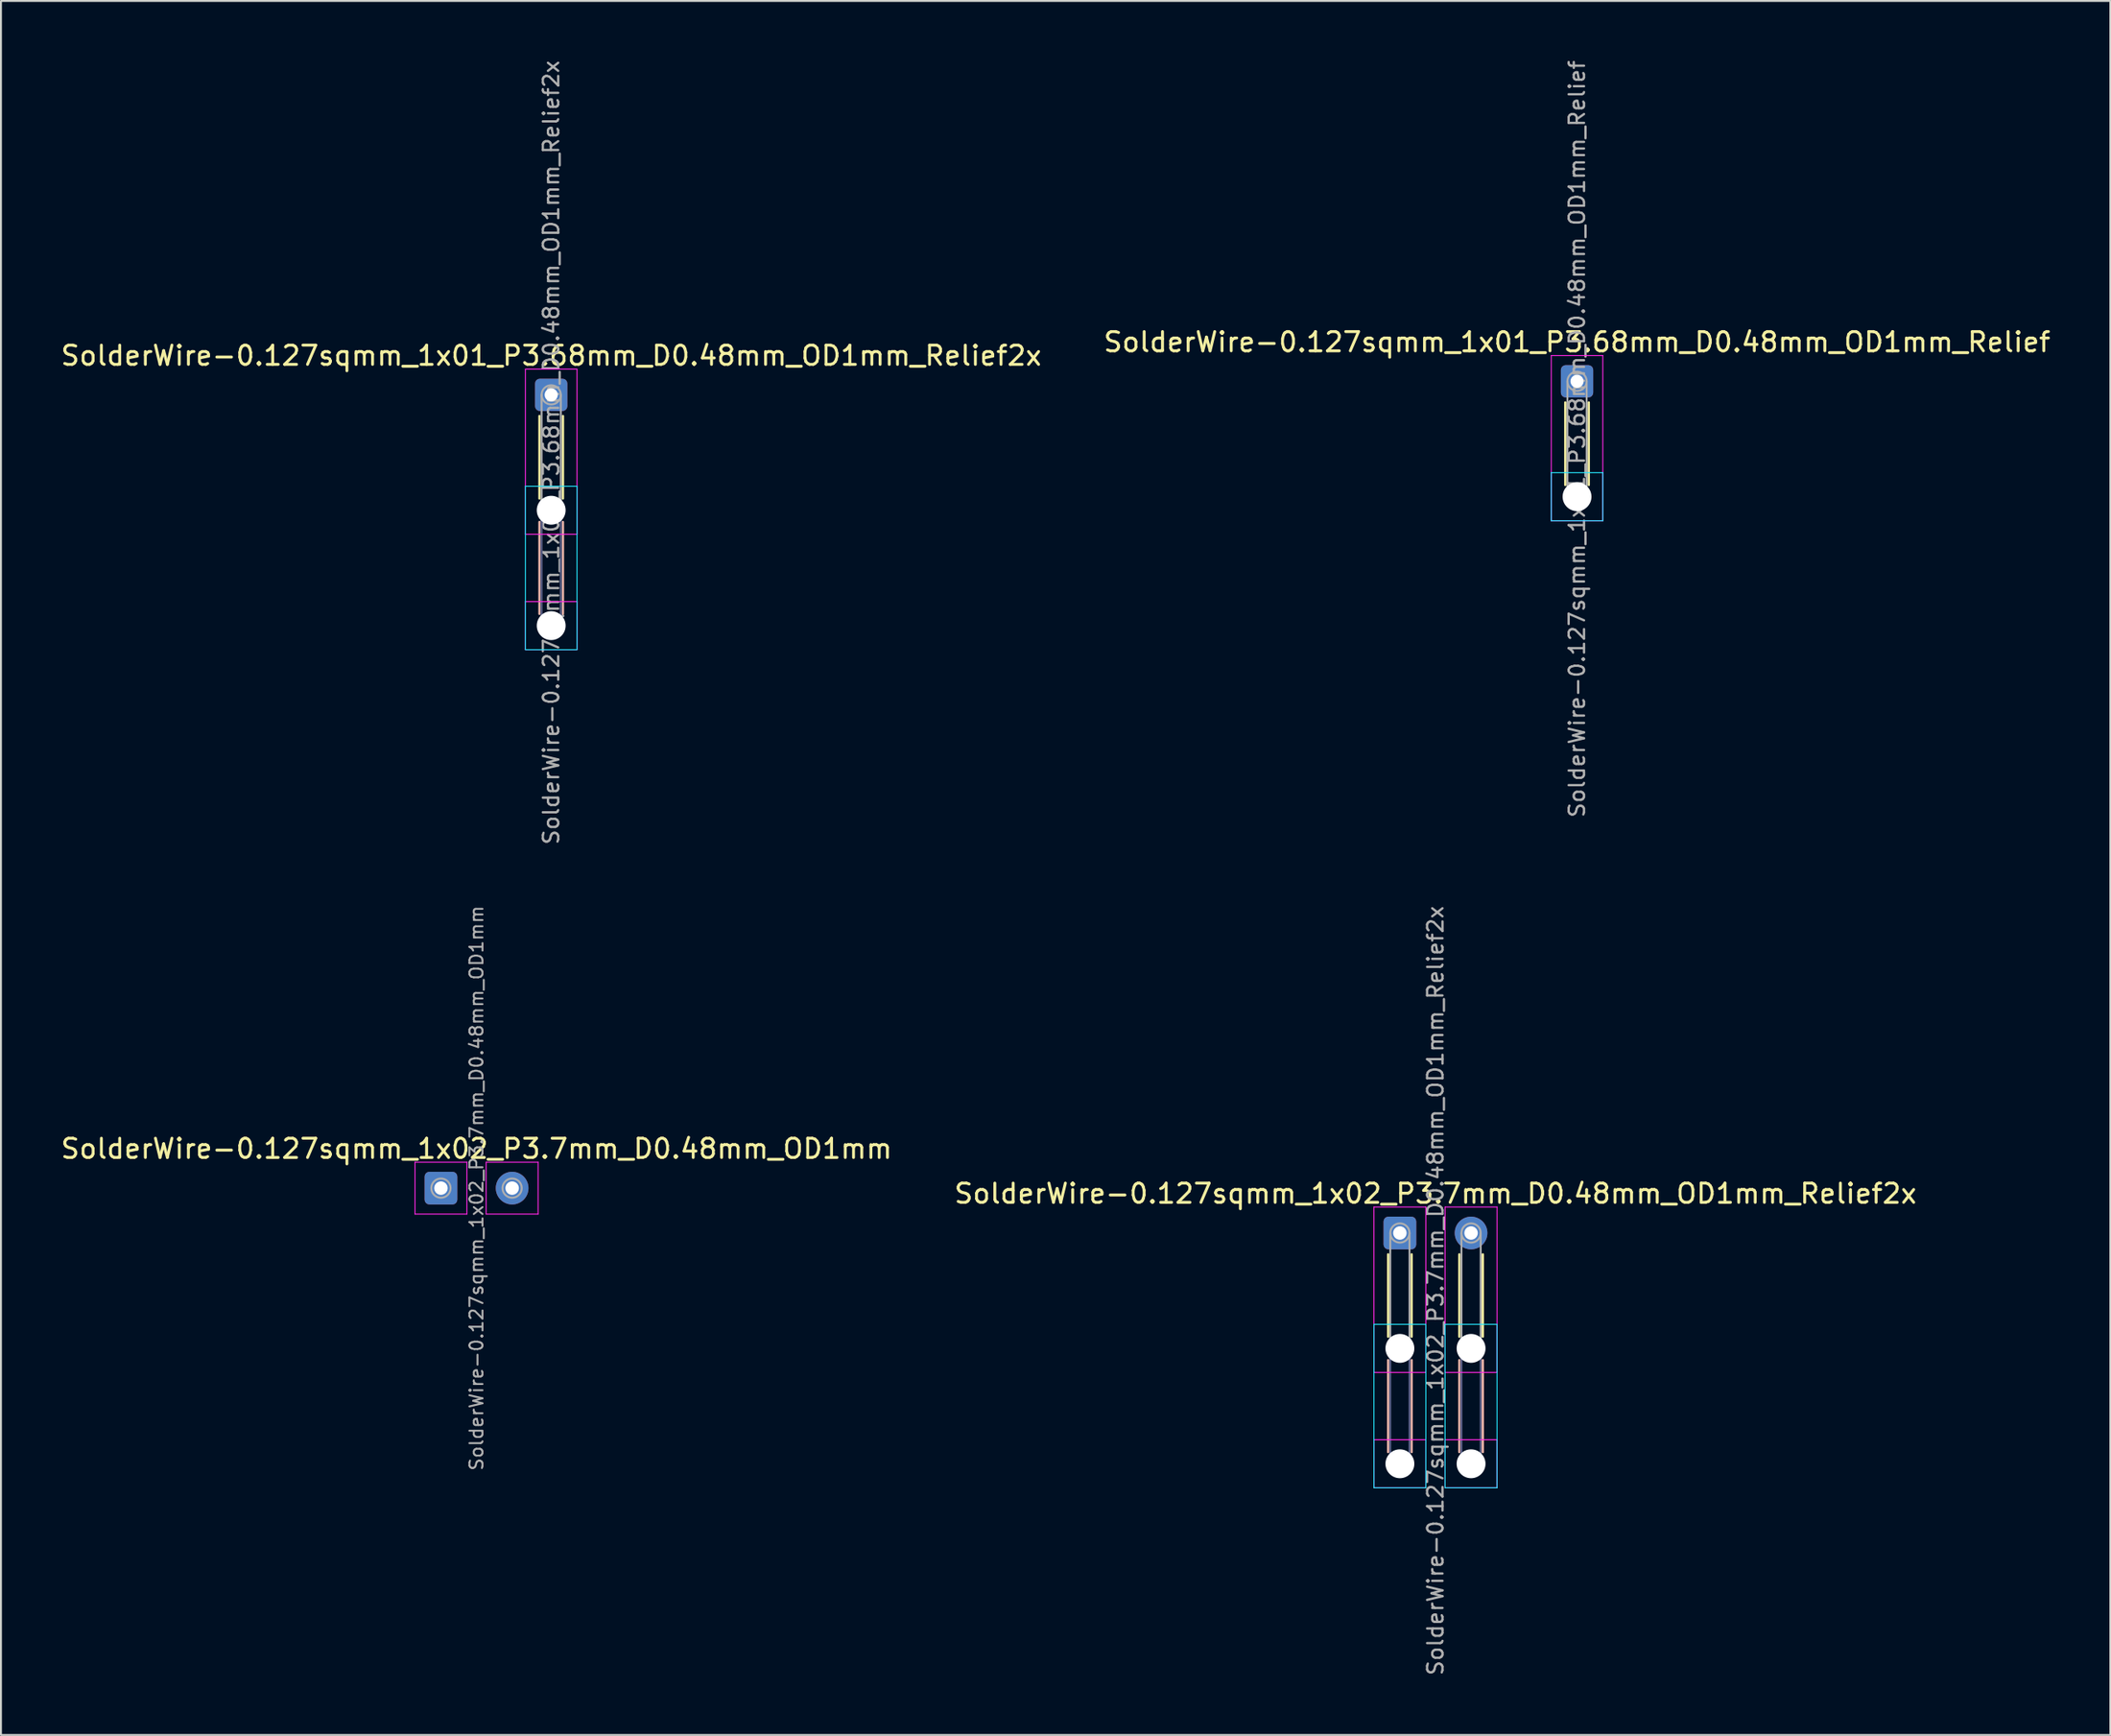
<source format=kicad_pcb>
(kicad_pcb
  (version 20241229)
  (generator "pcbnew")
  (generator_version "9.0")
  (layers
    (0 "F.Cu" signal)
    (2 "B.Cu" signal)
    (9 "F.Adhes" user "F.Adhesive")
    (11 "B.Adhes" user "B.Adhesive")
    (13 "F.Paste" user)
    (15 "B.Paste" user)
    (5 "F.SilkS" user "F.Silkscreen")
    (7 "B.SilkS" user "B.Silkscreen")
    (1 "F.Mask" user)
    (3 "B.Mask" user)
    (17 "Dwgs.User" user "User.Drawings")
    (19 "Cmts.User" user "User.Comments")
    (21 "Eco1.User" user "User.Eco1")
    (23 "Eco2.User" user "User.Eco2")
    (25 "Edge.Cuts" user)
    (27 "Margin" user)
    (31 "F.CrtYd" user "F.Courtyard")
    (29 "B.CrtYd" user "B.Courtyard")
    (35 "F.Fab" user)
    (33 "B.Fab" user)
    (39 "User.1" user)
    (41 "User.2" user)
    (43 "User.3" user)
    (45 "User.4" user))
  (footprint "SolderWire-0.127sqmm_1x01_P3.68mm_D0.48mm_OD1mm_Relief2x"
    (layer "F.Cu")
    (at 25.601 17.481)
    (property "Reference" "SolderWire-0.127sqmm_1x01_P3.68mm_D0.48mm_OD1mm_Relief2x" (at 0 -2.04 0) (layer "F.SilkS") (effects (font (size 1 1) (thickness 0.15))))
    (attr exclude_from_pos_files exclude_from_bom)
    (fp_line (start -0.61 1.1) (end -0.61 5.39) (stroke (width 0.12) (type solid)) (layer "F.SilkS"))
    (fp_line (start 0.61 1.1) (end 0.61 5.39) (stroke (width 0.12) (type solid)) (layer "F.SilkS"))
    (fp_line (start -0.61 6.61) (end -0.61 11.39) (stroke (width 0.12) (type solid)) (layer "B.SilkS"))
    (fp_line (start 0.61 6.61) (end 0.61 11.39) (stroke (width 0.12) (type solid)) (layer "B.SilkS"))
    (fp_line (start -1.34 4.75) (end -1.34 13.25) (stroke (width 0.05) (type solid)) (layer "B.CrtYd"))
    (fp_line (start -1.34 13.25) (end 1.34 13.25) (stroke (width 0.05) (type solid)) (layer "B.CrtYd"))
    (fp_line (start 1.34 4.75) (end -1.34 4.75) (stroke (width 0.05) (type solid)) (layer "B.CrtYd"))
    (fp_line (start 1.34 13.25) (end 1.34 4.75) (stroke (width 0.05) (type solid)) (layer "B.CrtYd"))
    (fp_line (start -1.34 -1.34) (end -1.34 7.25) (stroke (width 0.05) (type solid)) (layer "F.CrtYd"))
    (fp_line (start -1.34 7.25) (end 1.34 7.25) (stroke (width 0.05) (type solid)) (layer "F.CrtYd"))
    (fp_line (start -1.34 10.75) (end -1.34 13.25) (stroke (width 0.05) (type solid)) (layer "F.CrtYd"))
    (fp_line (start -1.34 13.25) (end 1.34 13.25) (stroke (width 0.05) (type solid)) (layer "F.CrtYd"))
    (fp_line (start 1.34 -1.34) (end -1.34 -1.34) (stroke (width 0.05) (type solid)) (layer "F.CrtYd"))
    (fp_line (start 1.34 7.25) (end 1.34 -1.34) (stroke (width 0.05) (type solid)) (layer "F.CrtYd"))
    (fp_line (start 1.34 10.75) (end -1.34 10.75) (stroke (width 0.05) (type solid)) (layer "F.CrtYd"))
    (fp_line (start 1.34 13.25) (end 1.34 10.75) (stroke (width 0.05) (type solid)) (layer "F.CrtYd"))
    (fp_line (start -0.5 6) (end -0.5 12) (stroke (width 0.1) (type solid)) (layer "B.Fab"))
    (fp_line (start 0.5 6) (end 0.5 12) (stroke (width 0.1) (type solid)) (layer "B.Fab"))
    (fp_circle (center 0 6) (end 0.5 6) (stroke (width 0.1) (type solid)) (fill no) (layer "B.Fab"))
    (fp_circle (center 0 12) (end 0.5 12) (stroke (width 0.1) (type solid)) (fill no) (layer "B.Fab"))
    (fp_line (start -0.5 0) (end -0.5 6) (stroke (width 0.1) (type solid)) (layer "F.Fab"))
    (fp_line (start 0.5 0) (end 0.5 6) (stroke (width 0.1) (type solid)) (layer "F.Fab"))
    (fp_circle (center 0 0) (end 0.5 0) (stroke (width 0.1) (type solid)) (fill no) (layer "F.Fab"))
    (fp_circle (center 0 6) (end 0.5 6) (stroke (width 0.1) (type solid)) (fill no) (layer "F.Fab"))
    (fp_circle (center 0 12) (end 0.5 12) (stroke (width 0.1) (type solid)) (fill no) (layer "F.Fab"))
    (fp_text user "${REFERENCE}" (at 0 3 90) (layer "F.Fab") (effects (font (size 0.8 0.8) (thickness 0.12))))
    (pad "" np_thru_hole circle (at 0 6) (size 1.5 1.5) (drill 1.5) (layers "*.Cu" "*.Mask"))
    (pad "" np_thru_hole circle (at 0 12) (size 1.5 1.5) (drill 1.5) (layers "*.Cu" "*.Mask"))
    (pad "1" thru_hole roundrect (at 0 0) (size 1.68 1.68) (drill 0.68) (layers "*.Cu" "*.Mask") (roundrect_rratio 0.149)))
  (footprint "SolderWire-0.127sqmm_1x02_P3.7mm_D0.48mm_OD1mm_Relief2x"
    (layer "F.Cu")
    (at 69.715 61.062)
    (property "Reference" "SolderWire-0.127sqmm_1x02_P3.7mm_D0.48mm_OD1mm_Relief2x" (at 1.85 -2.05 0) (layer "F.SilkS") (effects (font (size 1 1) (thickness 0.15))))
    (attr exclude_from_pos_files exclude_from_bom)
    (fp_line (start -0.61 1.11) (end -0.61 5.39) (stroke (width 0.12) (type solid)) (layer "F.SilkS"))
    (fp_line (start 0.61 1.11) (end 0.61 5.39) (stroke (width 0.12) (type solid)) (layer "F.SilkS"))
    (fp_line (start 3.09 1.11) (end 3.09 5.39) (stroke (width 0.12) (type solid)) (layer "F.SilkS"))
    (fp_line (start 4.31 1.11) (end 4.31 5.39) (stroke (width 0.12) (type solid)) (layer "F.SilkS"))
    (fp_line (start -0.61 6.61) (end -0.61 11.39) (stroke (width 0.12) (type solid)) (layer "B.SilkS"))
    (fp_line (start 0.61 6.61) (end 0.61 11.39) (stroke (width 0.12) (type solid)) (layer "B.SilkS"))
    (fp_line (start 3.09 6.61) (end 3.09 11.39) (stroke (width 0.12) (type solid)) (layer "B.SilkS"))
    (fp_line (start 4.31 6.61) (end 4.31 11.39) (stroke (width 0.12) (type solid)) (layer "B.SilkS"))
    (fp_line (start -1.35 4.75) (end -1.35 13.25) (stroke (width 0.05) (type solid)) (layer "B.CrtYd"))
    (fp_line (start -1.35 13.25) (end 1.35 13.25) (stroke (width 0.05) (type solid)) (layer "B.CrtYd"))
    (fp_line (start 1.35 4.75) (end -1.35 4.75) (stroke (width 0.05) (type solid)) (layer "B.CrtYd"))
    (fp_line (start 1.35 13.25) (end 1.35 4.75) (stroke (width 0.05) (type solid)) (layer "B.CrtYd"))
    (fp_line (start 2.35 4.75) (end 2.35 13.25) (stroke (width 0.05) (type solid)) (layer "B.CrtYd"))
    (fp_line (start 2.35 13.25) (end 5.05 13.25) (stroke (width 0.05) (type solid)) (layer "B.CrtYd"))
    (fp_line (start 5.05 4.75) (end 2.35 4.75) (stroke (width 0.05) (type solid)) (layer "B.CrtYd"))
    (fp_line (start 5.05 13.25) (end 5.05 4.75) (stroke (width 0.05) (type solid)) (layer "B.CrtYd"))
    (fp_line (start -1.35 -1.35) (end -1.35 7.25) (stroke (width 0.05) (type solid)) (layer "F.CrtYd"))
    (fp_line (start -1.35 7.25) (end 1.35 7.25) (stroke (width 0.05) (type solid)) (layer "F.CrtYd"))
    (fp_line (start -1.35 10.75) (end -1.35 13.25) (stroke (width 0.05) (type solid)) (layer "F.CrtYd"))
    (fp_line (start -1.35 13.25) (end 1.35 13.25) (stroke (width 0.05) (type solid)) (layer "F.CrtYd"))
    (fp_line (start 1.35 -1.35) (end -1.35 -1.35) (stroke (width 0.05) (type solid)) (layer "F.CrtYd"))
    (fp_line (start 1.35 7.25) (end 1.35 -1.35) (stroke (width 0.05) (type solid)) (layer "F.CrtYd"))
    (fp_line (start 1.35 10.75) (end -1.35 10.75) (stroke (width 0.05) (type solid)) (layer "F.CrtYd"))
    (fp_line (start 1.35 13.25) (end 1.35 10.75) (stroke (width 0.05) (type solid)) (layer "F.CrtYd"))
    (fp_line (start 2.35 -1.35) (end 2.35 7.25) (stroke (width 0.05) (type solid)) (layer "F.CrtYd"))
    (fp_line (start 2.35 7.25) (end 5.05 7.25) (stroke (width 0.05) (type solid)) (layer "F.CrtYd"))
    (fp_line (start 2.35 10.75) (end 2.35 13.25) (stroke (width 0.05) (type solid)) (layer "F.CrtYd"))
    (fp_line (start 2.35 13.25) (end 5.05 13.25) (stroke (width 0.05) (type solid)) (layer "F.CrtYd"))
    (fp_line (start 5.05 -1.35) (end 2.35 -1.35) (stroke (width 0.05) (type solid)) (layer "F.CrtYd"))
    (fp_line (start 5.05 7.25) (end 5.05 -1.35) (stroke (width 0.05) (type solid)) (layer "F.CrtYd"))
    (fp_line (start 5.05 10.75) (end 2.35 10.75) (stroke (width 0.05) (type solid)) (layer "F.CrtYd"))
    (fp_line (start 5.05 13.25) (end 5.05 10.75) (stroke (width 0.05) (type solid)) (layer "F.CrtYd"))
    (fp_line (start -0.5 6) (end -0.5 12) (stroke (width 0.1) (type solid)) (layer "B.Fab"))
    (fp_line (start 0.5 6) (end 0.5 12) (stroke (width 0.1) (type solid)) (layer "B.Fab"))
    (fp_line (start 3.2 6) (end 3.2 12) (stroke (width 0.1) (type solid)) (layer "B.Fab"))
    (fp_line (start 4.2 6) (end 4.2 12) (stroke (width 0.1) (type solid)) (layer "B.Fab"))
    (fp_circle (center 0 6) (end 0.5 6) (stroke (width 0.1) (type solid)) (fill no) (layer "B.Fab"))
    (fp_circle (center 0 12) (end 0.5 12) (stroke (width 0.1) (type solid)) (fill no) (layer "B.Fab"))
    (fp_circle (center 3.7 6) (end 4.2 6) (stroke (width 0.1) (type solid)) (fill no) (layer "B.Fab"))
    (fp_circle (center 3.7 12) (end 4.2 12) (stroke (width 0.1) (type solid)) (fill no) (layer "B.Fab"))
    (fp_line (start -0.5 0) (end -0.5 6) (stroke (width 0.1) (type solid)) (layer "F.Fab"))
    (fp_line (start 0.5 0) (end 0.5 6) (stroke (width 0.1) (type solid)) (layer "F.Fab"))
    (fp_line (start 3.2 0) (end 3.2 6) (stroke (width 0.1) (type solid)) (layer "F.Fab"))
    (fp_line (start 4.2 0) (end 4.2 6) (stroke (width 0.1) (type solid)) (layer "F.Fab"))
    (fp_circle (center 0 0) (end 0.5 0) (stroke (width 0.1) (type solid)) (fill no) (layer "F.Fab"))
    (fp_circle (center 0 6) (end 0.5 6) (stroke (width 0.1) (type solid)) (fill no) (layer "F.Fab"))
    (fp_circle (center 0 12) (end 0.5 12) (stroke (width 0.1) (type solid)) (fill no) (layer "F.Fab"))
    (fp_circle (center 3.7 0) (end 4.2 0) (stroke (width 0.1) (type solid)) (fill no) (layer "F.Fab"))
    (fp_circle (center 3.7 6) (end 4.2 6) (stroke (width 0.1) (type solid)) (fill no) (layer "F.Fab"))
    (fp_circle (center 3.7 12) (end 4.2 12) (stroke (width 0.1) (type solid)) (fill no) (layer "F.Fab"))
    (fp_text user "${REFERENCE}" (at 1.85 3 90) (layer "F.Fab") (effects (font (size 0.8 0.8) (thickness 0.12))))
    (pad "" np_thru_hole circle (at 0 6) (size 1.5 1.5) (drill 1.5) (layers "*.Cu" "*.Mask"))
    (pad "" np_thru_hole circle (at 0 12) (size 1.5 1.5) (drill 1.5) (layers "*.Cu" "*.Mask"))
    (pad "" np_thru_hole circle (at 3.7 6) (size 1.5 1.5) (drill 1.5) (layers "*.Cu" "*.Mask"))
    (pad "" np_thru_hole circle (at 3.7 12) (size 1.5 1.5) (drill 1.5) (layers "*.Cu" "*.Mask"))
    (pad "1" thru_hole roundrect (at 0 0) (size 1.7 1.7) (drill 0.7) (layers "*.Cu" "*.Mask") (roundrect_rratio 0.147))
    (pad "2" thru_hole circle (at 3.7 0) (size 1.7 1.7) (drill 0.7) (layers "*.Cu" "*.Mask")))
  (footprint "SolderWire-0.127sqmm_1x02_P3.7mm_D0.48mm_OD1mm"
    (layer "F.Cu")
    (at 19.87 58.729)
    (property "Reference" "SolderWire-0.127sqmm_1x02_P3.7mm_D0.48mm_OD1mm" (at 1.85 -2.05 0) (layer "F.SilkS") (effects (font (size 1 1) (thickness 0.15))))
    (attr exclude_from_pos_files exclude_from_bom)
    (fp_line (start -1.35 -1.35) (end -1.35 1.35) (stroke (width 0.05) (type solid)) (layer "F.CrtYd"))
    (fp_line (start -1.35 1.35) (end 1.35 1.35) (stroke (width 0.05) (type solid)) (layer "F.CrtYd"))
    (fp_line (start 1.35 -1.35) (end -1.35 -1.35) (stroke (width 0.05) (type solid)) (layer "F.CrtYd"))
    (fp_line (start 1.35 1.35) (end 1.35 -1.35) (stroke (width 0.05) (type solid)) (layer "F.CrtYd"))
    (fp_line (start 2.35 -1.35) (end 2.35 1.35) (stroke (width 0.05) (type solid)) (layer "F.CrtYd"))
    (fp_line (start 2.35 1.35) (end 5.05 1.35) (stroke (width 0.05) (type solid)) (layer "F.CrtYd"))
    (fp_line (start 5.05 -1.35) (end 2.35 -1.35) (stroke (width 0.05) (type solid)) (layer "F.CrtYd"))
    (fp_line (start 5.05 1.35) (end 5.05 -1.35) (stroke (width 0.05) (type solid)) (layer "F.CrtYd"))
    (fp_circle (center 0 0) (end 0.5 0) (stroke (width 0.1) (type solid)) (fill no) (layer "F.Fab"))
    (fp_circle (center 3.7 0) (end 4.2 0) (stroke (width 0.1) (type solid)) (fill no) (layer "F.Fab"))
    (fp_text user "${REFERENCE}" (at 1.85 0 90) (layer "F.Fab") (effects (font (size 0.68 0.68) (thickness 0.1))))
    (pad "1" thru_hole roundrect (at 0 0) (size 1.7 1.7) (drill 0.7) (layers "*.Cu" "*.Mask") (roundrect_rratio 0.147))
    (pad "2" thru_hole circle (at 3.7 0) (size 1.7 1.7) (drill 0.7) (layers "*.Cu" "*.Mask")))
  (footprint "SolderWire-0.127sqmm_1x01_P3.68mm_D0.48mm_OD1mm_Relief"
    (layer "F.Cu")
    (at 78.923 16.776)
    (property "Reference" "SolderWire-0.127sqmm_1x01_P3.68mm_D0.48mm_OD1mm_Relief" (at 0 -2.04 0) (layer "F.SilkS") (effects (font (size 1 1) (thickness 0.15))))
    (attr exclude_from_pos_files exclude_from_bom)
    (fp_line (start -0.61 1.1) (end -0.61 5.39) (stroke (width 0.12) (type solid)) (layer "F.SilkS"))
    (fp_line (start 0.61 1.1) (end 0.61 5.39) (stroke (width 0.12) (type solid)) (layer "F.SilkS"))
    (fp_line (start -1.34 4.75) (end -1.34 7.25) (stroke (width 0.05) (type solid)) (layer "B.CrtYd"))
    (fp_line (start -1.34 7.25) (end 1.34 7.25) (stroke (width 0.05) (type solid)) (layer "B.CrtYd"))
    (fp_line (start 1.34 4.75) (end -1.34 4.75) (stroke (width 0.05) (type solid)) (layer "B.CrtYd"))
    (fp_line (start 1.34 7.25) (end 1.34 4.75) (stroke (width 0.05) (type solid)) (layer "B.CrtYd"))
    (fp_line (start -1.34 -1.34) (end -1.34 7.25) (stroke (width 0.05) (type solid)) (layer "F.CrtYd"))
    (fp_line (start -1.34 7.25) (end 1.34 7.25) (stroke (width 0.05) (type solid)) (layer "F.CrtYd"))
    (fp_line (start 1.34 -1.34) (end -1.34 -1.34) (stroke (width 0.05) (type solid)) (layer "F.CrtYd"))
    (fp_line (start 1.34 7.25) (end 1.34 -1.34) (stroke (width 0.05) (type solid)) (layer "F.CrtYd"))
    (fp_line (start -0.5 0) (end -0.5 6) (stroke (width 0.1) (type solid)) (layer "F.Fab"))
    (fp_line (start 0.5 0) (end 0.5 6) (stroke (width 0.1) (type solid)) (layer "F.Fab"))
    (fp_circle (center 0 0) (end 0.5 0) (stroke (width 0.1) (type solid)) (fill no) (layer "F.Fab"))
    (fp_circle (center 0 6) (end 0.5 6) (stroke (width 0.1) (type solid)) (fill no) (layer "F.Fab"))
    (fp_text user "${REFERENCE}" (at 0 3 90) (layer "F.Fab") (effects (font (size 0.8 0.8) (thickness 0.12))))
    (pad "" np_thru_hole circle (at 0 6) (size 1.5 1.5) (drill 1.5) (layers "*.Cu" "*.Mask"))
    (pad "1" thru_hole roundrect (at 0 0) (size 1.68 1.68) (drill 0.68) (layers "*.Cu" "*.Mask") (roundrect_rratio 0.149)))
  (gr_rect
    (start -3 -3)
    (end 106.643 87.162)
    (stroke (width 0.1) (type default))
    (fill no)
    (layer "Edge.Cuts")))
</source>
